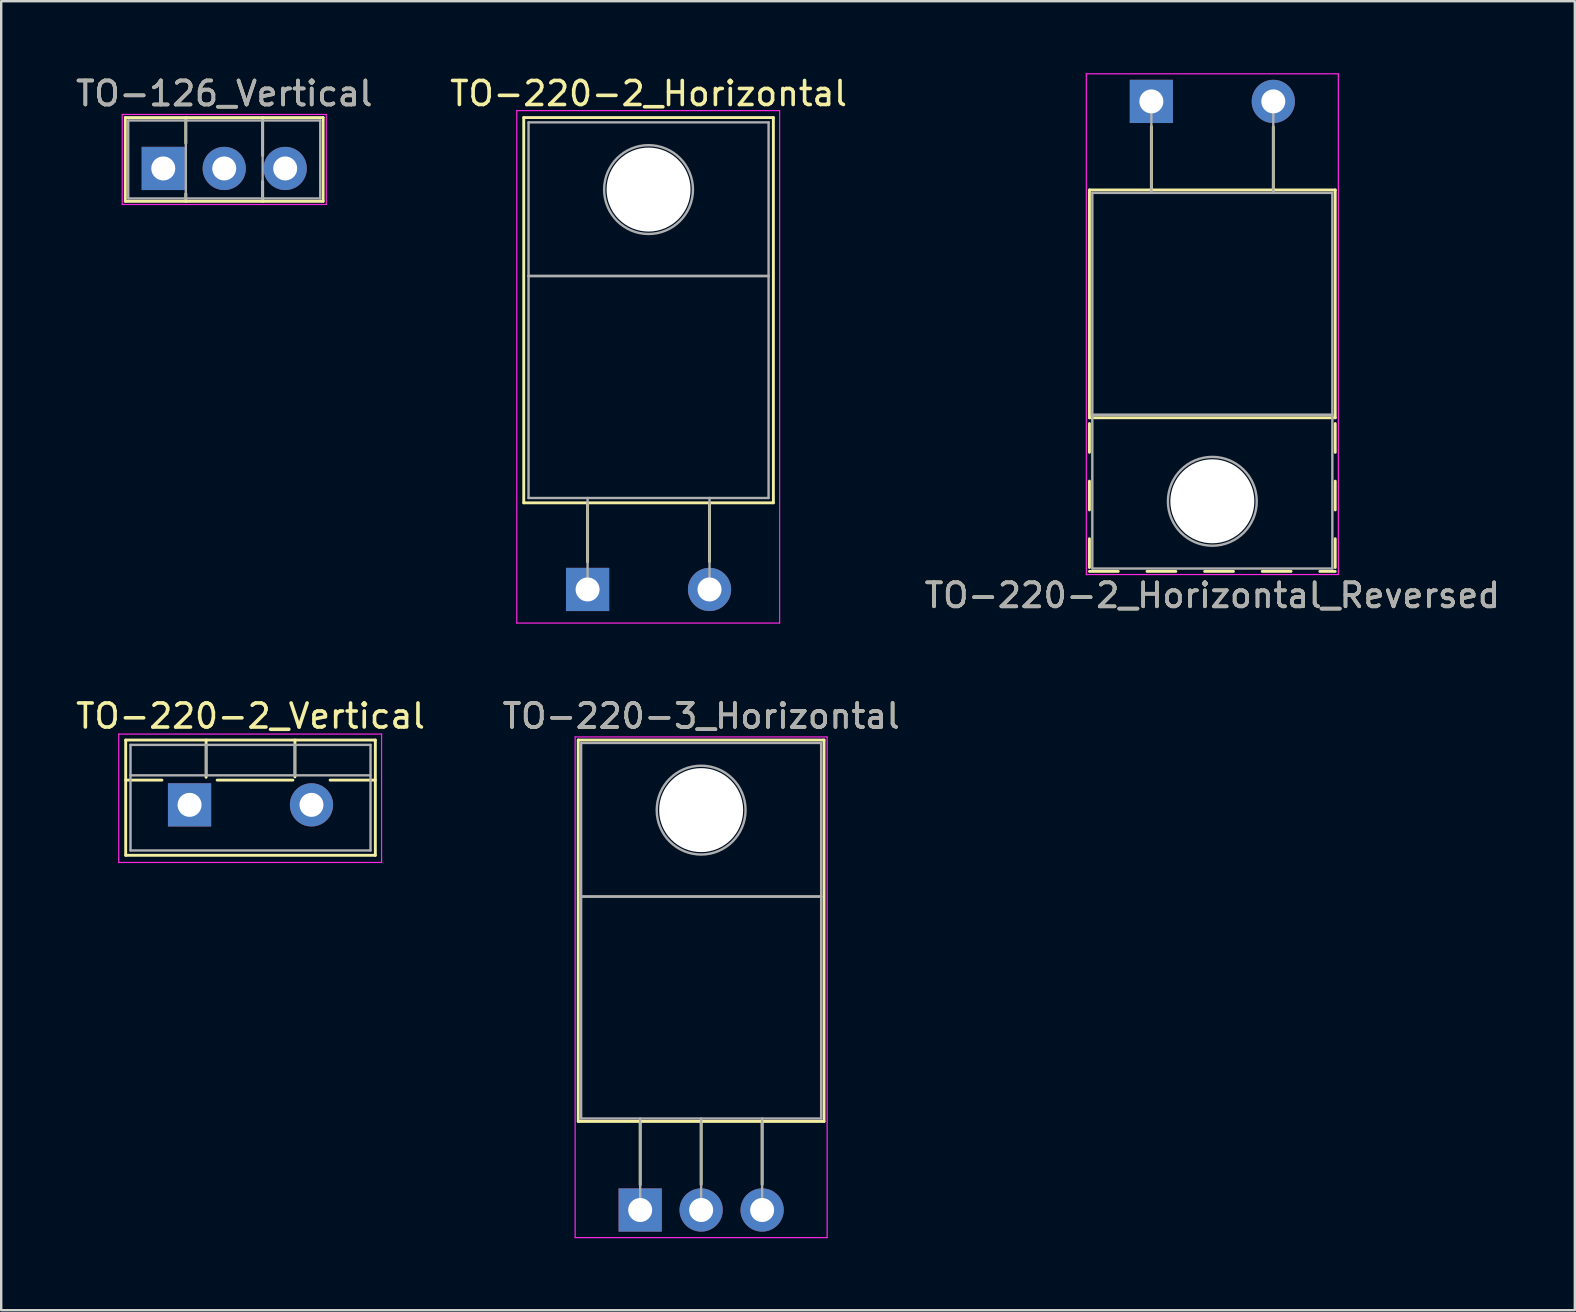
<source format=kicad_pcb>
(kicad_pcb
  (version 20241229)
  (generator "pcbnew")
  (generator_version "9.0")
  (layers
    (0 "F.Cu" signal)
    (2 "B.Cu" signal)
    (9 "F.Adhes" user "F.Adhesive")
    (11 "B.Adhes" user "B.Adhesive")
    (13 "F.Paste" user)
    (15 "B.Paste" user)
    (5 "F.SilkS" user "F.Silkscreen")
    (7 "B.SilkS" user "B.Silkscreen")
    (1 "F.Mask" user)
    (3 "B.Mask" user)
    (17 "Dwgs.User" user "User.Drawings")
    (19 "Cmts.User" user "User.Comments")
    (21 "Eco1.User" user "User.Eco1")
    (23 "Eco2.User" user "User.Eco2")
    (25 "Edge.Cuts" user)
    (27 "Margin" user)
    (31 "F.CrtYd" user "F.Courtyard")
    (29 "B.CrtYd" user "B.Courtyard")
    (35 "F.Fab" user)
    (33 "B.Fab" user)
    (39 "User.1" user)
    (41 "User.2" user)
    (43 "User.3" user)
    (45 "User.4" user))
  (footprint "TO-220-3_Horizontal"
    (layer "F.Cu")
    (at 23.621 47.361)
    (property "Reference" "TO-220-3_Horizontal" (at 2.54 -20.58 0) (layer "F.SilkS") (effects (font (size 1 1) (thickness 0.15))))
    (attr through_hole)
    (fp_line (start -2.58 -19.58) (end -2.58 -3.69) (stroke (width 0.12) (type solid)) (layer "F.SilkS"))
    (fp_line (start -2.58 -19.58) (end 7.66 -19.58) (stroke (width 0.12) (type solid)) (layer "F.SilkS"))
    (fp_line (start -2.58 -3.69) (end 7.66 -3.69) (stroke (width 0.12) (type solid)) (layer "F.SilkS"))
    (fp_line (start 0 -3.69) (end 0 -1.05) (stroke (width 0.12) (type solid)) (layer "F.SilkS"))
    (fp_line (start 2.54 -3.69) (end 2.54 -1.066) (stroke (width 0.12) (type solid)) (layer "F.SilkS"))
    (fp_line (start 5.08 -3.69) (end 5.08 -1.066) (stroke (width 0.12) (type solid)) (layer "F.SilkS"))
    (fp_line (start 7.66 -19.58) (end 7.66 -3.69) (stroke (width 0.12) (type solid)) (layer "F.SilkS"))
    (fp_line (start -2.71 -19.71) (end -2.71 1.15) (stroke (width 0.05) (type solid)) (layer "F.CrtYd"))
    (fp_line (start -2.71 1.15) (end 7.79 1.15) (stroke (width 0.05) (type solid)) (layer "F.CrtYd"))
    (fp_line (start 7.79 -19.71) (end -2.71 -19.71) (stroke (width 0.05) (type solid)) (layer "F.CrtYd"))
    (fp_line (start 7.79 1.15) (end 7.79 -19.71) (stroke (width 0.05) (type solid)) (layer "F.CrtYd"))
    (fp_line (start -2.46 -19.46) (end 7.54 -19.46) (stroke (width 0.1) (type solid)) (layer "F.Fab"))
    (fp_line (start -2.46 -13.06) (end -2.46 -19.46) (stroke (width 0.1) (type solid)) (layer "F.Fab"))
    (fp_line (start -2.46 -13.06) (end 7.54 -13.06) (stroke (width 0.1) (type solid)) (layer "F.Fab"))
    (fp_line (start -2.46 -3.81) (end -2.46 -13.06) (stroke (width 0.1) (type solid)) (layer "F.Fab"))
    (fp_line (start 0 -3.81) (end 0 0) (stroke (width 0.1) (type solid)) (layer "F.Fab"))
    (fp_line (start 2.54 -3.81) (end 2.54 0) (stroke (width 0.1) (type solid)) (layer "F.Fab"))
    (fp_line (start 5.08 -3.81) (end 5.08 0) (stroke (width 0.1) (type solid)) (layer "F.Fab"))
    (fp_line (start 7.54 -19.46) (end 7.54 -13.06) (stroke (width 0.1) (type solid)) (layer "F.Fab"))
    (fp_line (start 7.54 -13.06) (end -2.46 -13.06) (stroke (width 0.1) (type solid)) (layer "F.Fab"))
    (fp_line (start 7.54 -13.06) (end 7.54 -3.81) (stroke (width 0.1) (type solid)) (layer "F.Fab"))
    (fp_line (start 7.54 -3.81) (end -2.46 -3.81) (stroke (width 0.1) (type solid)) (layer "F.Fab"))
    (fp_circle (center 2.54 -16.66) (end 4.39 -16.66) (stroke (width 0.1) (type solid)) (fill no) (layer "F.Fab"))
    (fp_text user "${REFERENCE}" (at 2.54 -20.58 0) (layer "F.Fab") (effects (font (size 1 1) (thickness 0.15))))
    (pad "" np_thru_hole oval (at 2.54 -16.66) (size 3.5 3.5) (drill 3.5) (layers "*.Cu" "*.Mask"))
    (pad "1" thru_hole rect (at 0 0) (size 1.8 1.8) (drill 1) (layers "*.Cu" "*.Mask"))
    (pad "2" thru_hole oval (at 2.54 0) (size 1.8 1.8) (drill 1) (layers "*.Cu" "*.Mask"))
    (pad "3" thru_hole oval (at 5.08 0) (size 1.8 1.8) (drill 1) (layers "*.Cu" "*.Mask")))
  (footprint "TO-220-2_Horizontal"
    (layer "F.Cu")
    (at 21.43 21.508)
    (property "Reference" "TO-220-2_Horizontal" (at 2.54 -20.66 0) (layer "F.SilkS") (effects (font (size 1 1) (thickness 0.15))))
    (attr through_hole)
    (fp_line (start -2.66 -19.66) (end -2.66 -3.61) (stroke (width 0.12) (type solid)) (layer "F.SilkS"))
    (fp_line (start -2.66 -19.66) (end 7.74 -19.66) (stroke (width 0.12) (type solid)) (layer "F.SilkS"))
    (fp_line (start -2.66 -3.61) (end 7.74 -3.61) (stroke (width 0.12) (type solid)) (layer "F.SilkS"))
    (fp_line (start 0 -3.61) (end 0 -1.15) (stroke (width 0.12) (type solid)) (layer "F.SilkS"))
    (fp_line (start 5.08 -3.61) (end 5.08 -1.165) (stroke (width 0.12) (type solid)) (layer "F.SilkS"))
    (fp_line (start 7.74 -19.66) (end 7.74 -3.61) (stroke (width 0.12) (type solid)) (layer "F.SilkS"))
    (fp_line (start -2.95 -19.95) (end -2.95 1.4) (stroke (width 0.05) (type solid)) (layer "F.CrtYd"))
    (fp_line (start -2.95 1.4) (end 8 1.4) (stroke (width 0.05) (type solid)) (layer "F.CrtYd"))
    (fp_line (start 8 -19.95) (end -2.95 -19.95) (stroke (width 0.05) (type solid)) (layer "F.CrtYd"))
    (fp_line (start 8 1.4) (end 8 -19.95) (stroke (width 0.05) (type solid)) (layer "F.CrtYd"))
    (fp_line (start -2.46 -19.46) (end 7.54 -19.46) (stroke (width 0.1) (type solid)) (layer "F.Fab"))
    (fp_line (start -2.46 -13.06) (end -2.46 -19.46) (stroke (width 0.1) (type solid)) (layer "F.Fab"))
    (fp_line (start -2.46 -13.06) (end 7.54 -13.06) (stroke (width 0.1) (type solid)) (layer "F.Fab"))
    (fp_line (start -2.46 -3.81) (end -2.46 -13.06) (stroke (width 0.1) (type solid)) (layer "F.Fab"))
    (fp_line (start 0 -3.81) (end 0 0) (stroke (width 0.1) (type solid)) (layer "F.Fab"))
    (fp_line (start 5.08 -3.81) (end 5.08 0) (stroke (width 0.1) (type solid)) (layer "F.Fab"))
    (fp_line (start 7.54 -19.46) (end 7.54 -13.06) (stroke (width 0.1) (type solid)) (layer "F.Fab"))
    (fp_line (start 7.54 -13.06) (end -2.46 -13.06) (stroke (width 0.1) (type solid)) (layer "F.Fab"))
    (fp_line (start 7.54 -13.06) (end 7.54 -3.81) (stroke (width 0.1) (type solid)) (layer "F.Fab"))
    (fp_line (start 7.54 -3.81) (end -2.46 -3.81) (stroke (width 0.1) (type solid)) (layer "F.Fab"))
    (fp_circle (center 2.54 -16.66) (end 4.39 -16.66) (stroke (width 0.1) (type solid)) (fill no) (layer "F.Fab"))
    (pad "" np_thru_hole oval (at 2.54 -16.66) (size 3.5 3.5) (drill 3.5) (layers "*.Cu" "*.Mask"))
    (pad "1" thru_hole rect (at 0 0) (size 1.8 1.8) (drill 1) (layers "*.Cu" "*.Mask"))
    (pad "2" thru_hole oval (at 5.08 0) (size 1.8 1.8) (drill 1) (layers "*.Cu" "*.Mask")))
  (footprint "TO-220-2_Vertical"
    (layer "F.Cu")
    (at 4.847 30.482)
    (property "Reference" "TO-220-2_Vertical" (at 2.54 -3.7 0) (layer "F.SilkS") (effects (font (size 1 1) (thickness 0.15))))
    (attr through_hole)
    (fp_line (start -2.66 -2.7) (end -2.66 2.101) (stroke (width 0.12) (type solid)) (layer "F.SilkS"))
    (fp_line (start -2.66 -2.7) (end 7.74 -2.7) (stroke (width 0.12) (type solid)) (layer "F.SilkS"))
    (fp_line (start -2.66 -1.031) (end -1.15 -1.031) (stroke (width 0.12) (type solid)) (layer "F.SilkS"))
    (fp_line (start -2.66 2.101) (end 7.74 2.101) (stroke (width 0.12) (type solid)) (layer "F.SilkS"))
    (fp_line (start 0.69 -2.7) (end 0.69 -1.15) (stroke (width 0.12) (type solid)) (layer "F.SilkS"))
    (fp_line (start 1.15 -1.031) (end 4.305 -1.031) (stroke (width 0.12) (type solid)) (layer "F.SilkS"))
    (fp_line (start 4.391 -2.7) (end 4.391 -1.165) (stroke (width 0.12) (type solid)) (layer "F.SilkS"))
    (fp_line (start 5.856 -1.031) (end 7.74 -1.031) (stroke (width 0.12) (type solid)) (layer "F.SilkS"))
    (fp_line (start 7.74 -2.7) (end 7.74 2.101) (stroke (width 0.12) (type solid)) (layer "F.SilkS"))
    (fp_line (start -2.95 -2.95) (end -2.95 2.4) (stroke (width 0.05) (type solid)) (layer "F.CrtYd"))
    (fp_line (start -2.95 2.4) (end 8 2.4) (stroke (width 0.05) (type solid)) (layer "F.CrtYd"))
    (fp_line (start 8 -2.95) (end -2.95 -2.95) (stroke (width 0.05) (type solid)) (layer "F.CrtYd"))
    (fp_line (start 8 2.4) (end 8 -2.95) (stroke (width 0.05) (type solid)) (layer "F.CrtYd"))
    (fp_line (start -2.46 -2.5) (end -2.46 1.9) (stroke (width 0.1) (type solid)) (layer "F.Fab"))
    (fp_line (start -2.46 -1.23) (end 7.54 -1.23) (stroke (width 0.1) (type solid)) (layer "F.Fab"))
    (fp_line (start -2.46 1.9) (end 7.54 1.9) (stroke (width 0.1) (type solid)) (layer "F.Fab"))
    (fp_line (start 0.69 -2.5) (end 0.69 -1.23) (stroke (width 0.1) (type solid)) (layer "F.Fab"))
    (fp_line (start 4.39 -2.5) (end 4.39 -1.23) (stroke (width 0.1) (type solid)) (layer "F.Fab"))
    (fp_line (start 7.54 -2.5) (end -2.46 -2.5) (stroke (width 0.1) (type solid)) (layer "F.Fab"))
    (fp_line (start 7.54 1.9) (end 7.54 -2.5) (stroke (width 0.1) (type solid)) (layer "F.Fab"))
    (pad "1" thru_hole rect (at 0 0) (size 1.8 1.8) (drill 1) (layers "*.Cu" "*.Mask"))
    (pad "2" thru_hole oval (at 5.08 0) (size 1.8 1.8) (drill 1) (layers "*.Cu" "*.Mask")))
  (footprint "TO-220-2_Horizontal_Reversed"
    (layer "F.Cu")
    (at 44.918 1.175)
    (property "Reference" "TO-220-2_Horizontal_Reversed" (at 2.54 20.58 0) (layer "F.SilkS") (effects (font (size 1 1) (thickness 0.15))))
    (attr through_hole)
    (fp_line (start -2.58 3.69) (end -2.58 13.18) (stroke (width 0.12) (type solid)) (layer "F.SilkS"))
    (fp_line (start -2.58 3.69) (end 7.66 3.69) (stroke (width 0.12) (type solid)) (layer "F.SilkS"))
    (fp_line (start -2.58 13.18) (end 7.66 13.18) (stroke (width 0.12) (type solid)) (layer "F.SilkS"))
    (fp_line (start -2.58 13.42) (end -2.58 14.62) (stroke (width 0.12) (type solid)) (layer "F.SilkS"))
    (fp_line (start -2.58 15.82) (end -2.58 17.02) (stroke (width 0.12) (type solid)) (layer "F.SilkS"))
    (fp_line (start -2.58 18.22) (end -2.58 19.42) (stroke (width 0.12) (type solid)) (layer "F.SilkS"))
    (fp_line (start -2.58 19.58) (end -1.38 19.58) (stroke (width 0.12) (type solid)) (layer "F.SilkS"))
    (fp_line (start -0.181 19.58) (end 1.02 19.58) (stroke (width 0.12) (type solid)) (layer "F.SilkS"))
    (fp_line (start 0 1.05) (end 0 3.69) (stroke (width 0.12) (type solid)) (layer "F.SilkS"))
    (fp_line (start 2.22 19.58) (end 3.42 19.58) (stroke (width 0.12) (type solid)) (layer "F.SilkS"))
    (fp_line (start 4.62 19.58) (end 5.82 19.58) (stroke (width 0.12) (type solid)) (layer "F.SilkS"))
    (fp_line (start 5.08 1.066) (end 5.08 3.69) (stroke (width 0.12) (type solid)) (layer "F.SilkS"))
    (fp_line (start 7.02 19.58) (end 7.66 19.58) (stroke (width 0.12) (type solid)) (layer "F.SilkS"))
    (fp_line (start 7.66 3.69) (end 7.66 13.18) (stroke (width 0.12) (type solid)) (layer "F.SilkS"))
    (fp_line (start 7.66 13.42) (end 7.66 14.62) (stroke (width 0.12) (type solid)) (layer "F.SilkS"))
    (fp_line (start 7.66 15.82) (end 7.66 17.02) (stroke (width 0.12) (type solid)) (layer "F.SilkS"))
    (fp_line (start 7.66 18.22) (end 7.66 19.42) (stroke (width 0.12) (type solid)) (layer "F.SilkS"))
    (fp_line (start -2.71 -1.15) (end -2.71 19.71) (stroke (width 0.05) (type solid)) (layer "F.CrtYd"))
    (fp_line (start -2.71 19.71) (end 7.79 19.71) (stroke (width 0.05) (type solid)) (layer "F.CrtYd"))
    (fp_line (start 7.79 -1.15) (end -2.71 -1.15) (stroke (width 0.05) (type solid)) (layer "F.CrtYd"))
    (fp_line (start 7.79 19.71) (end 7.79 -1.15) (stroke (width 0.05) (type solid)) (layer "F.CrtYd"))
    (fp_line (start -2.46 3.81) (end -2.46 13.06) (stroke (width 0.1) (type solid)) (layer "F.Fab"))
    (fp_line (start -2.46 13.06) (end -2.46 19.46) (stroke (width 0.1) (type solid)) (layer "F.Fab"))
    (fp_line (start -2.46 13.06) (end 7.54 13.06) (stroke (width 0.1) (type solid)) (layer "F.Fab"))
    (fp_line (start -2.46 19.46) (end 7.54 19.46) (stroke (width 0.1) (type solid)) (layer "F.Fab"))
    (fp_line (start 0 3.81) (end 0 0) (stroke (width 0.1) (type solid)) (layer "F.Fab"))
    (fp_line (start 5.08 3.81) (end 5.08 0) (stroke (width 0.1) (type solid)) (layer "F.Fab"))
    (fp_line (start 7.54 3.81) (end -2.46 3.81) (stroke (width 0.1) (type solid)) (layer "F.Fab"))
    (fp_line (start 7.54 13.06) (end -2.46 13.06) (stroke (width 0.1) (type solid)) (layer "F.Fab"))
    (fp_line (start 7.54 13.06) (end 7.54 3.81) (stroke (width 0.1) (type solid)) (layer "F.Fab"))
    (fp_line (start 7.54 19.46) (end 7.54 13.06) (stroke (width 0.1) (type solid)) (layer "F.Fab"))
    (fp_circle (center 2.54 16.66) (end 4.39 16.66) (stroke (width 0.1) (type solid)) (fill no) (layer "F.Fab"))
    (fp_text user "${REFERENCE}" (at 2.54 20.58 0) (layer "F.Fab") (effects (font (size 1 1) (thickness 0.15))))
    (pad "" np_thru_hole oval (at 2.54 16.66) (size 3.5 3.5) (drill 3.5) (layers "*.Cu" "*.Mask"))
    (pad "1" thru_hole rect (at 0 0) (size 1.8 1.8) (drill 1) (layers "*.Cu" "*.Mask"))
    (pad "2" thru_hole oval (at 5.08 0) (size 1.8 1.8) (drill 1) (layers "*.Cu" "*.Mask")))
  (footprint "TO-126_Vertical"
    (layer "F.Cu")
    (at 3.752 3.968)
    (property "Reference" "TO-126_Vertical" (at 2.54 -3.12 0) (layer "F.SilkS") (effects (font (size 1 1) (thickness 0.15))))
    (attr through_hole)
    (fp_line (start -1.58 -2.12) (end -1.58 1.37) (stroke (width 0.12) (type solid)) (layer "F.SilkS"))
    (fp_line (start -1.58 -2.12) (end 6.66 -2.12) (stroke (width 0.12) (type solid)) (layer "F.SilkS"))
    (fp_line (start -1.58 1.37) (end 6.66 1.37) (stroke (width 0.12) (type solid)) (layer "F.SilkS"))
    (fp_line (start 0.94 -2.12) (end 0.94 -1.05) (stroke (width 0.12) (type solid)) (layer "F.SilkS"))
    (fp_line (start 0.94 1.05) (end 0.94 1.37) (stroke (width 0.12) (type solid)) (layer "F.SilkS"))
    (fp_line (start 4.141 -2.12) (end 4.141 -0.54) (stroke (width 0.12) (type solid)) (layer "F.SilkS"))
    (fp_line (start 4.141 0.54) (end 4.141 1.37) (stroke (width 0.12) (type solid)) (layer "F.SilkS"))
    (fp_line (start 6.66 -2.12) (end 6.66 1.37) (stroke (width 0.12) (type solid)) (layer "F.SilkS"))
    (fp_line (start -1.71 -2.25) (end -1.71 1.5) (stroke (width 0.05) (type solid)) (layer "F.CrtYd"))
    (fp_line (start -1.71 1.5) (end 6.79 1.5) (stroke (width 0.05) (type solid)) (layer "F.CrtYd"))
    (fp_line (start 6.79 -2.25) (end -1.71 -2.25) (stroke (width 0.05) (type solid)) (layer "F.CrtYd"))
    (fp_line (start 6.79 1.5) (end 6.79 -2.25) (stroke (width 0.05) (type solid)) (layer "F.CrtYd"))
    (fp_line (start -1.46 -2) (end -1.46 1.25) (stroke (width 0.1) (type solid)) (layer "F.Fab"))
    (fp_line (start -1.46 1.25) (end 6.54 1.25) (stroke (width 0.1) (type solid)) (layer "F.Fab"))
    (fp_line (start 0.94 -2) (end 0.94 1.25) (stroke (width 0.1) (type solid)) (layer "F.Fab"))
    (fp_line (start 4.14 -2) (end 4.14 1.25) (stroke (width 0.1) (type solid)) (layer "F.Fab"))
    (fp_line (start 6.54 -2) (end -1.46 -2) (stroke (width 0.1) (type solid)) (layer "F.Fab"))
    (fp_line (start 6.54 1.25) (end 6.54 -2) (stroke (width 0.1) (type solid)) (layer "F.Fab"))
    (fp_text user "${REFERENCE}" (at 2.54 -3.12 0) (layer "F.Fab") (effects (font (size 1 1) (thickness 0.15))))
    (pad "1" thru_hole rect (at 0 0) (size 1.8 1.8) (drill 1) (layers "*.Cu" "*.Mask"))
    (pad "2" thru_hole oval (at 2.54 0) (size 1.8 1.8) (drill 1) (layers "*.Cu" "*.Mask"))
    (pad "3" thru_hole oval (at 5.08 0) (size 1.8 1.8) (drill 1) (layers "*.Cu" "*.Mask")))
  (gr_rect
    (start -3 -3)
    (end 62.56 51.536)
    (stroke (width 0.1) (type default))
    (fill no)
    (layer "Edge.Cuts")))
</source>
